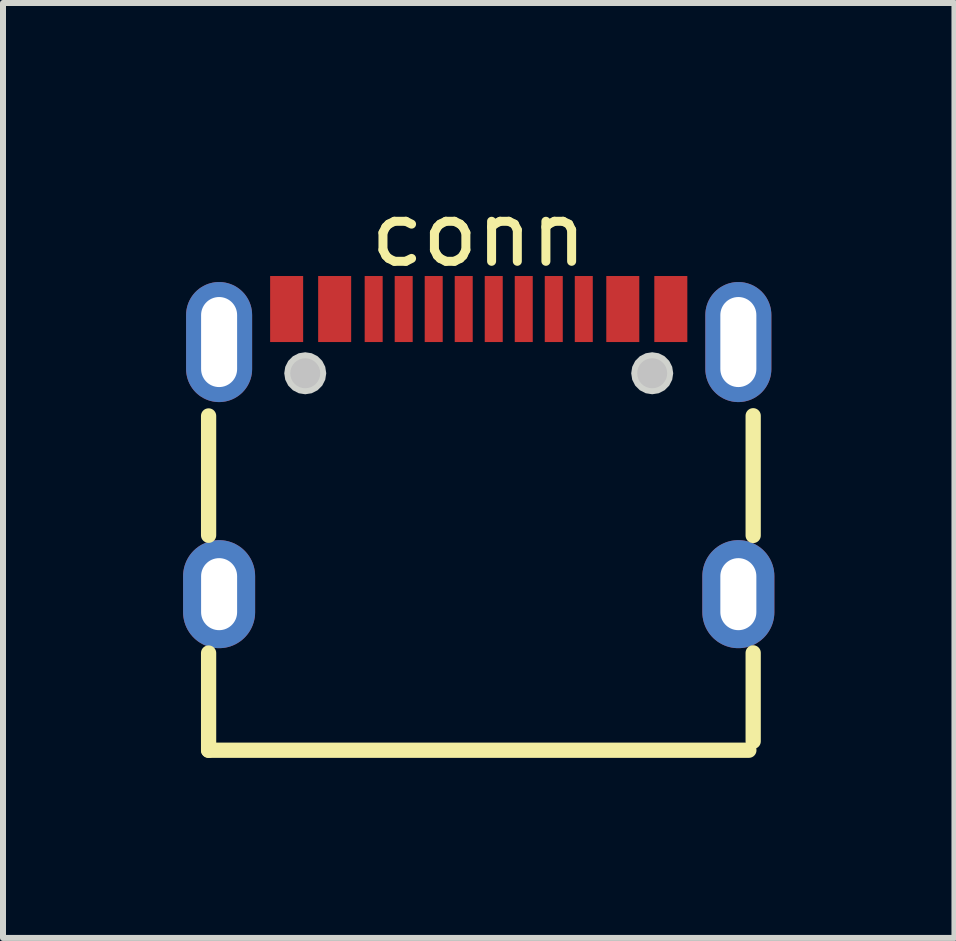
<source format=kicad_pcb>
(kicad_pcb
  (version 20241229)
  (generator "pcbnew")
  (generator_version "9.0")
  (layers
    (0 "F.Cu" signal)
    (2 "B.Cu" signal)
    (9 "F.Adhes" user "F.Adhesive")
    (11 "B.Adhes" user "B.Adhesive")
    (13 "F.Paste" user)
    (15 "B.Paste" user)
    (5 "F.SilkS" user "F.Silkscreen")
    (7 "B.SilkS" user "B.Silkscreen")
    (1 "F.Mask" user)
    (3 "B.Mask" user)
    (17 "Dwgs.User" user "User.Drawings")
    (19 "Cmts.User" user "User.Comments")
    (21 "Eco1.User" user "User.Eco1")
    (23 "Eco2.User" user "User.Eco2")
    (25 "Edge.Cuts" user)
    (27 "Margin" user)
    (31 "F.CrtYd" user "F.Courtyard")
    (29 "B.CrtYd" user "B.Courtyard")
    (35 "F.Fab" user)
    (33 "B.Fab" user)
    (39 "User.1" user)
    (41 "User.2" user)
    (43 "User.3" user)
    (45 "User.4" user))
  (footprint "conn"
    (layer "F.Cu")
    (at 4.925 4.473)
    (property "Reference" "conn" (at 0 -3.625 0) (layer "F.SilkS") (effects (font (size 1 1) (thickness 0.15))))
    (fp_line (start -4.5 1.394) (end -4.5 -0.594) (stroke (width 0.254) (type default)) (layer "F.SilkS"))
    (fp_line (start -4.5 4.975) (end -4.5 3.356) (stroke (width 0.254) (type default)) (layer "F.SilkS"))
    (fp_line (start 4.5 4.975) (end -4.5 4.975) (stroke (width 0.254) (type default)) (layer "F.SilkS"))
    (fp_line (start 4.572 1.397) (end 4.572 -0.597) (stroke (width 0.254) (type default)) (layer "F.SilkS"))
    (fp_line (start 4.572 4.826) (end 4.572 3.353) (stroke (width 0.254) (type default)) (layer "F.SilkS"))
    (fp_poly (pts (xy -3.5 -2.925) (xy -3.5 -1.825) (xy -2.9 -1.825) (xy -2.9 -2.925)) (stroke (width 0) (type default)) (fill yes) (layer "F.Paste"))
    (fp_poly (pts (xy -2.7 -2.925) (xy -2.7 -1.825) (xy -2.1 -1.825) (xy -2.1 -2.925)) (stroke (width 0) (type default)) (fill yes) (layer "F.Paste"))
    (fp_poly (pts (xy -1.6 -1.825) (xy -1.6 -2.925) (xy -1.9 -2.925) (xy -1.9 -1.825)) (stroke (width 0) (type default)) (fill yes) (layer "F.Paste"))
    (fp_poly (pts (xy -1.1 -1.825) (xy -1.1 -2.925) (xy -1.4 -2.925) (xy -1.4 -1.825)) (stroke (width 0) (type default)) (fill yes) (layer "F.Paste"))
    (fp_poly (pts (xy -0.6 -1.825) (xy -0.6 -2.925) (xy -0.9 -2.925) (xy -0.9 -1.825)) (stroke (width 0) (type default)) (fill yes) (layer "F.Paste"))
    (fp_poly (pts (xy -0.1 -1.825) (xy -0.1 -2.925) (xy -0.4 -2.925) (xy -0.4 -1.825)) (stroke (width 0) (type default)) (fill yes) (layer "F.Paste"))
    (fp_poly (pts (xy 0.4 -1.825) (xy 0.4 -2.925) (xy 0.1 -2.925) (xy 0.1 -1.825)) (stroke (width 0) (type default)) (fill yes) (layer "F.Paste"))
    (fp_poly (pts (xy 0.9 -1.825) (xy 0.9 -2.925) (xy 0.6 -2.925) (xy 0.6 -1.825)) (stroke (width 0) (type default)) (fill yes) (layer "F.Paste"))
    (fp_poly (pts (xy 1.4 -1.825) (xy 1.4 -2.925) (xy 1.1 -2.925) (xy 1.1 -1.825)) (stroke (width 0) (type default)) (fill yes) (layer "F.Paste"))
    (fp_poly (pts (xy 1.6 -2.925) (xy 1.6 -1.825) (xy 1.9 -1.825) (xy 1.9 -2.925)) (stroke (width 0) (type default)) (fill yes) (layer "F.Paste"))
    (fp_poly (pts (xy 2.1 -2.925) (xy 2.1 -1.825) (xy 2.7 -1.825) (xy 2.7 -2.925)) (stroke (width 0) (type default)) (fill yes) (layer "F.Paste"))
    (fp_poly (pts (xy 3.5 -1.825) (xy 3.5 -2.925) (xy 2.9 -2.925) (xy 2.9 -1.825)) (stroke (width 0) (type default)) (fill yes) (layer "F.Paste"))
    (fp_poly (pts (xy -4.34 -2.825) (xy -4.37 -2.824) (xy -4.399 -2.821) (xy -4.429 -2.816) (xy -4.458 -2.81) (xy -4.487 -2.803) (xy -4.516 -2.794) (xy -4.544 -2.784) (xy -4.572 -2.772) (xy -4.598 -2.759) (xy -4.625 -2.744) (xy -4.651 -2.729) (xy -4.675 -2.712) (xy -4.699 -2.694) (xy -4.722 -2.675) (xy -4.744 -2.655) (xy -4.765 -2.633) (xy -4.785 -2.611) (xy -4.803 -2.587) (xy -4.821 -2.563) (xy -4.837 -2.538) (xy -4.852 -2.512) (xy -4.865 -2.486) (xy -4.878 -2.458) (xy -4.889 -2.43) (xy -4.899 -2.402) (xy -4.907 -2.373) (xy -4.913 -2.344) (xy -4.918 -2.314) (xy -4.922 -2.285) (xy -4.924 -2.255) (xy -4.925 -2.225) (xy -4.925 -1.425) (xy -4.924 -1.395) (xy -4.922 -1.365) (xy -4.918 -1.335) (xy -4.913 -1.306) (xy -4.907 -1.277) (xy -4.899 -1.248) (xy -4.889 -1.22) (xy -4.878 -1.192) (xy -4.865 -1.165) (xy -4.852 -1.138) (xy -4.837 -1.113) (xy -4.821 -1.087) (xy -4.803 -1.063) (xy -4.785 -1.04) (xy -4.765 -1.017) (xy -4.744 -0.996) (xy -4.722 -0.976) (xy -4.699 -0.956) (xy -4.675 -0.938) (xy -4.651 -0.921) (xy -4.625 -0.905) (xy -4.598 -0.891) (xy -4.572 -0.878) (xy -4.544 -0.867) (xy -4.516 -0.857) (xy -4.487 -0.848) (xy -4.458 -0.84) (xy -4.429 -0.834) (xy -4.399 -0.83) (xy -4.37 -0.827) (xy -4.34 -0.826) (xy -4.31 -0.826) (xy -4.28 -0.827) (xy -4.25 -0.83) (xy -4.221 -0.834) (xy -4.191 -0.84) (xy -4.162 -0.848) (xy -4.134 -0.857) (xy -4.106 -0.867) (xy -4.078 -0.878) (xy -4.051 -0.891) (xy -4.025 -0.905) (xy -3.999 -0.921) (xy -3.974 -0.938) (xy -3.951 -0.956) (xy -3.928 -0.976) (xy -3.906 -0.996) (xy -3.885 -1.017) (xy -3.865 -1.04) (xy -3.846 -1.063) (xy -3.829 -1.087) (xy -3.813 -1.113) (xy -3.798 -1.138) (xy -3.784 -1.165) (xy -3.772 -1.192) (xy -3.761 -1.22) (xy -3.752 -1.248) (xy -3.744 -1.277) (xy -3.737 -1.306) (xy -3.732 -1.335) (xy -3.728 -1.365) (xy -3.725 -1.395) (xy -3.725 -1.425) (xy -3.725 -2.225) (xy -3.725 -2.255) (xy -3.728 -2.285) (xy -3.732 -2.314) (xy -3.737 -2.344) (xy -3.744 -2.373) (xy -3.752 -2.402) (xy -3.761 -2.43) (xy -3.772 -2.458) (xy -3.784 -2.486) (xy -3.798 -2.512) (xy -3.813 -2.538) (xy -3.829 -2.563) (xy -3.846 -2.587) (xy -3.865 -2.611) (xy -3.885 -2.633) (xy -3.906 -2.655) (xy -3.928 -2.675) (xy -3.951 -2.694) (xy -3.974 -2.712) (xy -3.999 -2.729) (xy -4.025 -2.744) (xy -4.051 -2.759) (xy -4.078 -2.772) (xy -4.106 -2.784) (xy -4.134 -2.794) (xy -4.162 -2.803) (xy -4.191 -2.81) (xy -4.221 -2.816) (xy -4.25 -2.821) (xy -4.28 -2.824) (xy -4.31 -2.825)) (stroke (width 0) (type default)) (fill yes) (layer "F.Paste"))
    (fp_poly (pts (xy -4.28 1.627) (xy -4.31 1.625) (xy -4.34 1.625) (xy -4.37 1.627) (xy -4.399 1.629) (xy -4.429 1.634) (xy -4.458 1.64) (xy -4.487 1.647) (xy -4.516 1.657) (xy -4.544 1.667) (xy -4.572 1.678) (xy -4.598 1.691) (xy -4.625 1.706) (xy -4.651 1.721) (xy -4.675 1.738) (xy -4.699 1.756) (xy -4.722 1.775) (xy -4.744 1.796) (xy -4.765 1.817) (xy -4.785 1.839) (xy -4.803 1.863) (xy -4.821 1.887) (xy -4.837 1.912) (xy -4.852 1.938) (xy -4.865 1.964) (xy -4.878 1.992) (xy -4.889 2.02) (xy -4.899 2.048) (xy -4.907 2.077) (xy -4.913 2.106) (xy -4.918 2.135) (xy -4.922 2.166) (xy -4.924 2.195) (xy -4.925 2.225) (xy -4.925 2.525) (xy -4.924 2.555) (xy -4.922 2.585) (xy -4.918 2.615) (xy -4.913 2.644) (xy -4.907 2.673) (xy -4.899 2.702) (xy -4.889 2.73) (xy -4.878 2.758) (xy -4.865 2.785) (xy -4.852 2.812) (xy -4.837 2.838) (xy -4.821 2.863) (xy -4.803 2.888) (xy -4.785 2.91) (xy -4.765 2.933) (xy -4.744 2.954) (xy -4.722 2.975) (xy -4.699 2.994) (xy -4.675 3.012) (xy -4.651 3.029) (xy -4.625 3.045) (xy -4.598 3.059) (xy -4.572 3.072) (xy -4.544 3.083) (xy -4.516 3.094) (xy -4.487 3.103) (xy -4.458 3.11) (xy -4.429 3.116) (xy -4.399 3.12) (xy -4.37 3.123) (xy -4.34 3.125) (xy -4.31 3.125) (xy -4.28 3.123) (xy -4.25 3.12) (xy -4.221 3.116) (xy -4.191 3.11) (xy -4.162 3.103) (xy -4.134 3.094) (xy -4.106 3.083) (xy -4.078 3.072) (xy -4.051 3.059) (xy -4.025 3.045) (xy -3.999 3.029) (xy -3.974 3.012) (xy -3.951 2.994) (xy -3.928 2.975) (xy -3.906 2.954) (xy -3.885 2.933) (xy -3.865 2.91) (xy -3.846 2.888) (xy -3.829 2.863) (xy -3.813 2.838) (xy -3.798 2.812) (xy -3.784 2.785) (xy -3.772 2.758) (xy -3.761 2.73) (xy -3.752 2.702) (xy -3.744 2.673) (xy -3.737 2.644) (xy -3.732 2.615) (xy -3.728 2.585) (xy -3.725 2.555) (xy -3.725 2.525) (xy -3.725 2.225) (xy -3.725 2.195) (xy -3.728 2.166) (xy -3.732 2.135) (xy -3.737 2.106) (xy -3.744 2.077) (xy -3.752 2.048) (xy -3.761 2.02) (xy -3.772 1.992) (xy -3.784 1.964) (xy -3.798 1.938) (xy -3.813 1.912) (xy -3.829 1.887) (xy -3.846 1.863) (xy -3.865 1.839) (xy -3.885 1.817) (xy -3.906 1.796) (xy -3.928 1.775) (xy -3.951 1.756) (xy -3.974 1.738) (xy -3.999 1.721) (xy -4.025 1.706) (xy -4.051 1.691) (xy -4.078 1.678) (xy -4.106 1.667) (xy -4.134 1.657) (xy -4.162 1.647) (xy -4.191 1.64) (xy -4.221 1.634) (xy -4.25 1.629)) (stroke (width 0) (type default)) (fill yes) (layer "F.Paste"))
    (fp_poly (pts (xy 4.31 1.625) (xy 4.28 1.627) (xy 4.25 1.629) (xy 4.221 1.634) (xy 4.191 1.64) (xy 4.162 1.647) (xy 4.134 1.657) (xy 4.106 1.667) (xy 4.078 1.678) (xy 4.051 1.691) (xy 4.025 1.706) (xy 3.999 1.721) (xy 3.974 1.738) (xy 3.951 1.756) (xy 3.928 1.775) (xy 3.906 1.796) (xy 3.885 1.817) (xy 3.865 1.839) (xy 3.846 1.863) (xy 3.829 1.887) (xy 3.813 1.912) (xy 3.798 1.938) (xy 3.784 1.964) (xy 3.772 1.992) (xy 3.761 2.02) (xy 3.752 2.048) (xy 3.744 2.077) (xy 3.737 2.106) (xy 3.732 2.135) (xy 3.728 2.166) (xy 3.725 2.195) (xy 3.725 2.225) (xy 3.725 2.525) (xy 3.725 2.555) (xy 3.728 2.585) (xy 3.732 2.615) (xy 3.737 2.644) (xy 3.744 2.673) (xy 3.752 2.702) (xy 3.761 2.73) (xy 3.772 2.758) (xy 3.784 2.785) (xy 3.798 2.812) (xy 3.813 2.838) (xy 3.829 2.863) (xy 3.846 2.888) (xy 3.865 2.91) (xy 3.885 2.933) (xy 3.906 2.954) (xy 3.928 2.975) (xy 3.951 2.994) (xy 3.974 3.012) (xy 3.999 3.029) (xy 4.025 3.045) (xy 4.051 3.059) (xy 4.078 3.072) (xy 4.106 3.083) (xy 4.134 3.094) (xy 4.162 3.103) (xy 4.191 3.11) (xy 4.221 3.116) (xy 4.25 3.12) (xy 4.28 3.123) (xy 4.31 3.125) (xy 4.34 3.125) (xy 4.37 3.123) (xy 4.399 3.12) (xy 4.429 3.116) (xy 4.458 3.11) (xy 4.487 3.103) (xy 4.516 3.094) (xy 4.544 3.083) (xy 4.572 3.072) (xy 4.598 3.059) (xy 4.625 3.045) (xy 4.651 3.029) (xy 4.675 3.012) (xy 4.699 2.994) (xy 4.722 2.975) (xy 4.744 2.954) (xy 4.765 2.933) (xy 4.785 2.91) (xy 4.803 2.888) (xy 4.821 2.863) (xy 4.837 2.838) (xy 4.852 2.812) (xy 4.865 2.785) (xy 4.878 2.758) (xy 4.889 2.73) (xy 4.899 2.702) (xy 4.907 2.673) (xy 4.913 2.644) (xy 4.918 2.615) (xy 4.922 2.585) (xy 4.924 2.555) (xy 4.925 2.525) (xy 4.925 2.225) (xy 4.924 2.195) (xy 4.922 2.166) (xy 4.918 2.135) (xy 4.913 2.106) (xy 4.907 2.077) (xy 4.899 2.048) (xy 4.889 2.02) (xy 4.878 1.992) (xy 4.865 1.964) (xy 4.852 1.938) (xy 4.837 1.912) (xy 4.821 1.887) (xy 4.803 1.863) (xy 4.785 1.839) (xy 4.765 1.817) (xy 4.744 1.796) (xy 4.722 1.775) (xy 4.699 1.756) (xy 4.675 1.738) (xy 4.651 1.721) (xy 4.625 1.706) (xy 4.598 1.691) (xy 4.572 1.678) (xy 4.544 1.667) (xy 4.516 1.657) (xy 4.487 1.647) (xy 4.458 1.64) (xy 4.429 1.634) (xy 4.399 1.629) (xy 4.37 1.627) (xy 4.34 1.625)) (stroke (width 0) (type default)) (fill yes) (layer "F.Paste"))
    (fp_poly (pts (xy 4.37 -2.824) (xy 4.34 -2.825) (xy 4.31 -2.825) (xy 4.28 -2.824) (xy 4.25 -2.821) (xy 4.221 -2.816) (xy 4.191 -2.81) (xy 4.162 -2.803) (xy 4.134 -2.794) (xy 4.106 -2.784) (xy 4.078 -2.772) (xy 4.051 -2.759) (xy 4.025 -2.744) (xy 3.999 -2.729) (xy 3.974 -2.712) (xy 3.951 -2.694) (xy 3.928 -2.675) (xy 3.906 -2.655) (xy 3.885 -2.633) (xy 3.865 -2.611) (xy 3.846 -2.587) (xy 3.829 -2.563) (xy 3.813 -2.538) (xy 3.798 -2.512) (xy 3.784 -2.486) (xy 3.772 -2.458) (xy 3.761 -2.43) (xy 3.752 -2.402) (xy 3.744 -2.373) (xy 3.737 -2.344) (xy 3.732 -2.314) (xy 3.728 -2.285) (xy 3.725 -2.255) (xy 3.725 -2.225) (xy 3.725 -1.425) (xy 3.725 -1.395) (xy 3.728 -1.365) (xy 3.732 -1.335) (xy 3.737 -1.306) (xy 3.744 -1.277) (xy 3.752 -1.248) (xy 3.761 -1.22) (xy 3.772 -1.192) (xy 3.784 -1.165) (xy 3.798 -1.138) (xy 3.813 -1.113) (xy 3.829 -1.087) (xy 3.846 -1.063) (xy 3.865 -1.04) (xy 3.885 -1.017) (xy 3.906 -0.996) (xy 3.928 -0.976) (xy 3.951 -0.956) (xy 3.974 -0.938) (xy 3.999 -0.921) (xy 4.025 -0.905) (xy 4.051 -0.891) (xy 4.078 -0.878) (xy 4.106 -0.867) (xy 4.134 -0.857) (xy 4.162 -0.848) (xy 4.191 -0.84) (xy 4.221 -0.834) (xy 4.25 -0.83) (xy 4.28 -0.827) (xy 4.31 -0.826) (xy 4.34 -0.826) (xy 4.37 -0.827) (xy 4.399 -0.83) (xy 4.429 -0.834) (xy 4.458 -0.84) (xy 4.487 -0.848) (xy 4.516 -0.857) (xy 4.544 -0.867) (xy 4.572 -0.878) (xy 4.598 -0.891) (xy 4.625 -0.905) (xy 4.651 -0.921) (xy 4.675 -0.938) (xy 4.699 -0.956) (xy 4.722 -0.976) (xy 4.744 -0.996) (xy 4.765 -1.017) (xy 4.785 -1.04) (xy 4.803 -1.063) (xy 4.821 -1.087) (xy 4.837 -1.113) (xy 4.852 -1.138) (xy 4.865 -1.165) (xy 4.878 -1.192) (xy 4.889 -1.22) (xy 4.899 -1.248) (xy 4.907 -1.277) (xy 4.913 -1.306) (xy 4.918 -1.335) (xy 4.922 -1.365) (xy 4.924 -1.395) (xy 4.925 -1.425) (xy 4.925 -2.225) (xy 4.924 -2.255) (xy 4.922 -2.285) (xy 4.918 -2.314) (xy 4.913 -2.344) (xy 4.907 -2.373) (xy 4.899 -2.402) (xy 4.889 -2.43) (xy 4.878 -2.458) (xy 4.865 -2.486) (xy 4.852 -2.512) (xy 4.837 -2.538) (xy 4.821 -2.563) (xy 4.803 -2.587) (xy 4.785 -2.611) (xy 4.765 -2.633) (xy 4.744 -2.655) (xy 4.722 -2.675) (xy 4.699 -2.694) (xy 4.675 -2.712) (xy 4.651 -2.729) (xy 4.625 -2.744) (xy 4.598 -2.759) (xy 4.572 -2.772) (xy 4.544 -2.784) (xy 4.516 -2.794) (xy 4.487 -2.803) (xy 4.458 -2.81) (xy 4.429 -2.816) (xy 4.399 -2.821)) (stroke (width 0) (type default)) (fill yes) (layer "F.Paste"))
    (fp_circle (center -2.89 -1.305) (end -2.765 -1.305) (stroke (width 0.25) (type default)) (fill no) (layer "Dwgs.User"))
    (fp_circle (center 2.89 -1.305) (end 3.015 -1.305) (stroke (width 0.25) (type default)) (fill no) (layer "Dwgs.User"))
    (fp_poly (pts (xy -2.54 -1.305) (xy -2.557 -1.413) (xy -2.607 -1.511) (xy -2.684 -1.588) (xy -2.782 -1.638) (xy -2.89 -1.655) (xy -2.998 -1.638) (xy -3.096 -1.588) (xy -3.173 -1.511) (xy -3.223 -1.413) (xy -3.24 -1.305) (xy -3.223 -1.197) (xy -3.173 -1.099) (xy -3.096 -1.022) (xy -2.998 -0.972) (xy -2.89 -0.955) (xy -2.782 -0.972) (xy -2.684 -1.022) (xy -2.607 -1.099) (xy -2.557 -1.197)) (stroke (width 0) (type default)) (fill yes) (layer "Edge.Cuts"))
    (fp_poly (pts (xy 3.24 -1.305) (xy 3.223 -1.413) (xy 3.173 -1.511) (xy 3.096 -1.588) (xy 2.998 -1.638) (xy 2.89 -1.655) (xy 2.782 -1.638) (xy 2.684 -1.588) (xy 2.607 -1.511) (xy 2.557 -1.413) (xy 2.54 -1.305) (xy 2.557 -1.197) (xy 2.607 -1.099) (xy 2.684 -1.022) (xy 2.782 -0.972) (xy 2.89 -0.955) (xy 2.998 -0.972) (xy 3.096 -1.022) (xy 3.173 -1.099) (xy 3.223 -1.197)) (stroke (width 0) (type default)) (fill yes) (layer "Edge.Cuts"))
    (fp_poly (pts (xy -4.45 -2.349) (xy -4.2 -2.349) (xy -4.2 -1.249) (xy -4.45 -1.249)) (stroke (width 0.1) (type default)) (fill no) (layer "User.1"))
    (fp_poly (pts (xy -4.45 2.025) (xy -4.2 2.025) (xy -4.2 2.725) (xy -4.45 2.725)) (stroke (width 0.1) (type default)) (fill no) (layer "User.1"))
    (fp_poly (pts (xy -3.4 -2.649) (xy -3 -2.649) (xy -3 -1.799) (xy -3.4 -1.799)) (stroke (width 0.1) (type default)) (fill no) (layer "User.1"))
    (fp_poly (pts (xy -2.6 -2.649) (xy -2.2 -2.649) (xy -2.2 -1.799) (xy -2.6 -1.799)) (stroke (width 0.1) (type default)) (fill no) (layer "User.1"))
    (fp_poly (pts (xy -1.85 -2.649) (xy -1.65 -2.649) (xy -1.65 -1.799) (xy -1.85 -1.799)) (stroke (width 0.1) (type default)) (fill no) (layer "User.1"))
    (fp_poly (pts (xy -1.35 -2.649) (xy -1.15 -2.649) (xy -1.15 -1.799) (xy -1.35 -1.799)) (stroke (width 0.1) (type default)) (fill no) (layer "User.1"))
    (fp_poly (pts (xy -0.85 -2.649) (xy -0.65 -2.649) (xy -0.65 -1.799) (xy -0.85 -1.799)) (stroke (width 0.1) (type default)) (fill no) (layer "User.1"))
    (fp_poly (pts (xy -0.35 -2.649) (xy -0.15 -2.649) (xy -0.15 -1.799) (xy -0.35 -1.799)) (stroke (width 0.1) (type default)) (fill no) (layer "User.1"))
    (fp_poly (pts (xy 0.15 -2.649) (xy 0.35 -2.649) (xy 0.35 -1.799) (xy 0.15 -1.799)) (stroke (width 0.1) (type default)) (fill no) (layer "User.1"))
    (fp_poly (pts (xy 0.65 -2.649) (xy 0.85 -2.649) (xy 0.85 -1.799) (xy 0.65 -1.799)) (stroke (width 0.1) (type default)) (fill no) (layer "User.1"))
    (fp_poly (pts (xy 1.15 -2.649) (xy 1.35 -2.649) (xy 1.35 -1.799) (xy 1.15 -1.799)) (stroke (width 0.1) (type default)) (fill no) (layer "User.1"))
    (fp_poly (pts (xy 1.65 -2.649) (xy 1.85 -2.649) (xy 1.85 -1.799) (xy 1.65 -1.799)) (stroke (width 0.1) (type default)) (fill no) (layer "User.1"))
    (fp_poly (pts (xy 2.2 -2.649) (xy 2.6 -2.649) (xy 2.6 -1.799) (xy 2.2 -1.799)) (stroke (width 0.1) (type default)) (fill no) (layer "User.1"))
    (fp_poly (pts (xy 3 -2.649) (xy 3.4 -2.649) (xy 3.4 -1.799) (xy 3 -1.799)) (stroke (width 0.1) (type default)) (fill no) (layer "User.1"))
    (fp_poly (pts (xy 4.2 -2.349) (xy 4.45 -2.349) (xy 4.45 -1.249) (xy 4.2 -1.249)) (stroke (width 0.1) (type default)) (fill no) (layer "User.1"))
    (fp_poly (pts (xy 4.2 2.025) (xy 4.45 2.025) (xy 4.45 2.725) (xy 4.2 2.725)) (stroke (width 0.1) (type default)) (fill no) (layer "User.1"))
    (fp_line (start -4.45 -2.349) (end 4.45 -2.349) (stroke (width 0.051) (type default)) (layer "User.2"))
    (fp_line (start -4.45 5.001) (end -4.45 -2.349) (stroke (width 0.051) (type default)) (layer "User.2"))
    (fp_line (start 4.45 -2.349) (end 4.45 5.001) (stroke (width 0.051) (type default)) (layer "User.2"))
    (fp_line (start 4.45 5.001) (end -4.45 5.001) (stroke (width 0.051) (type default)) (layer "User.2"))
    (fp_poly (pts (xy -4.39 -2.649) (xy -4.408 -2.691) (xy -4.45 -2.709) (xy -4.492 -2.691) (xy -4.51 -2.649) (xy -4.492 -2.607) (xy -4.45 -2.589) (xy -4.408 -2.607)) (stroke (width 0.1) (type default)) (fill no) (layer "User.3"))
    (pad "1" smd rect (at -3.2 -2.375) (size 0.55 1.1) (layers "F.Cu" "F.Mask" "F.Paste"))
    (pad "2" smd rect (at -2.4 -2.375) (size 0.55 1.1) (layers "F.Cu" "F.Mask" "F.Paste"))
    (pad "3" smd rect (at -1.75 -2.375) (size 0.3 1.1) (layers "F.Cu" "F.Mask" "F.Paste"))
    (pad "4" smd rect (at -1.25 -2.375) (size 0.3 1.1) (layers "F.Cu" "F.Mask" "F.Paste"))
    (pad "5" smd rect (at -0.75 -2.375) (size 0.3 1.1) (layers "F.Cu" "F.Mask" "F.Paste"))
    (pad "6" smd rect (at -0.25 -2.375) (size 0.3 1.1) (layers "F.Cu" "F.Mask" "F.Paste"))
    (pad "7" smd rect (at 0.25 -2.375) (size 0.3 1.1) (layers "F.Cu" "F.Mask" "F.Paste"))
    (pad "8" smd rect (at 0.75 -2.375) (size 0.3 1.1) (layers "F.Cu" "F.Mask" "F.Paste"))
    (pad "9" smd rect (at 1.25 -2.375) (size 0.3 1.1) (layers "F.Cu" "F.Mask" "F.Paste"))
    (pad "10" smd rect (at 1.75 -2.375) (size 0.3 1.1) (layers "F.Cu" "F.Mask" "F.Paste"))
    (pad "11" smd rect (at 2.4 -2.375) (size 0.55 1.1) (layers "F.Cu" "F.Mask" "F.Paste"))
    (pad "12" smd rect (at 3.2 -2.375) (size 0.55 1.1) (layers "F.Cu" "F.Mask" "F.Paste"))
    (pad "13" thru_hole oval (at -4.325 -1.825) (size 1.1 2) (drill oval 0.6 1.5) (layers "*.Cu" "*.Mask"))
    (pad "13" thru_hole oval (at -4.325 2.375) (size 1.2 1.8) (drill oval 0.6 1.2) (layers "*.Cu" "*.Mask"))
    (pad "14" thru_hole oval (at 4.325 -1.825) (size 1.1 2) (drill oval 0.6 1.5) (layers "*.Cu" "*.Mask"))
    (pad "14" thru_hole oval (at 4.325 2.375) (size 1.2 1.8) (drill oval 0.6 1.2) (layers "*.Cu" "*.Mask")))
  (gr_rect
    (start -3 -3)
    (end 12.85 12.575)
    (stroke (width 0.1) (type default))
    (fill no)
    (layer "Edge.Cuts")))
</source>
